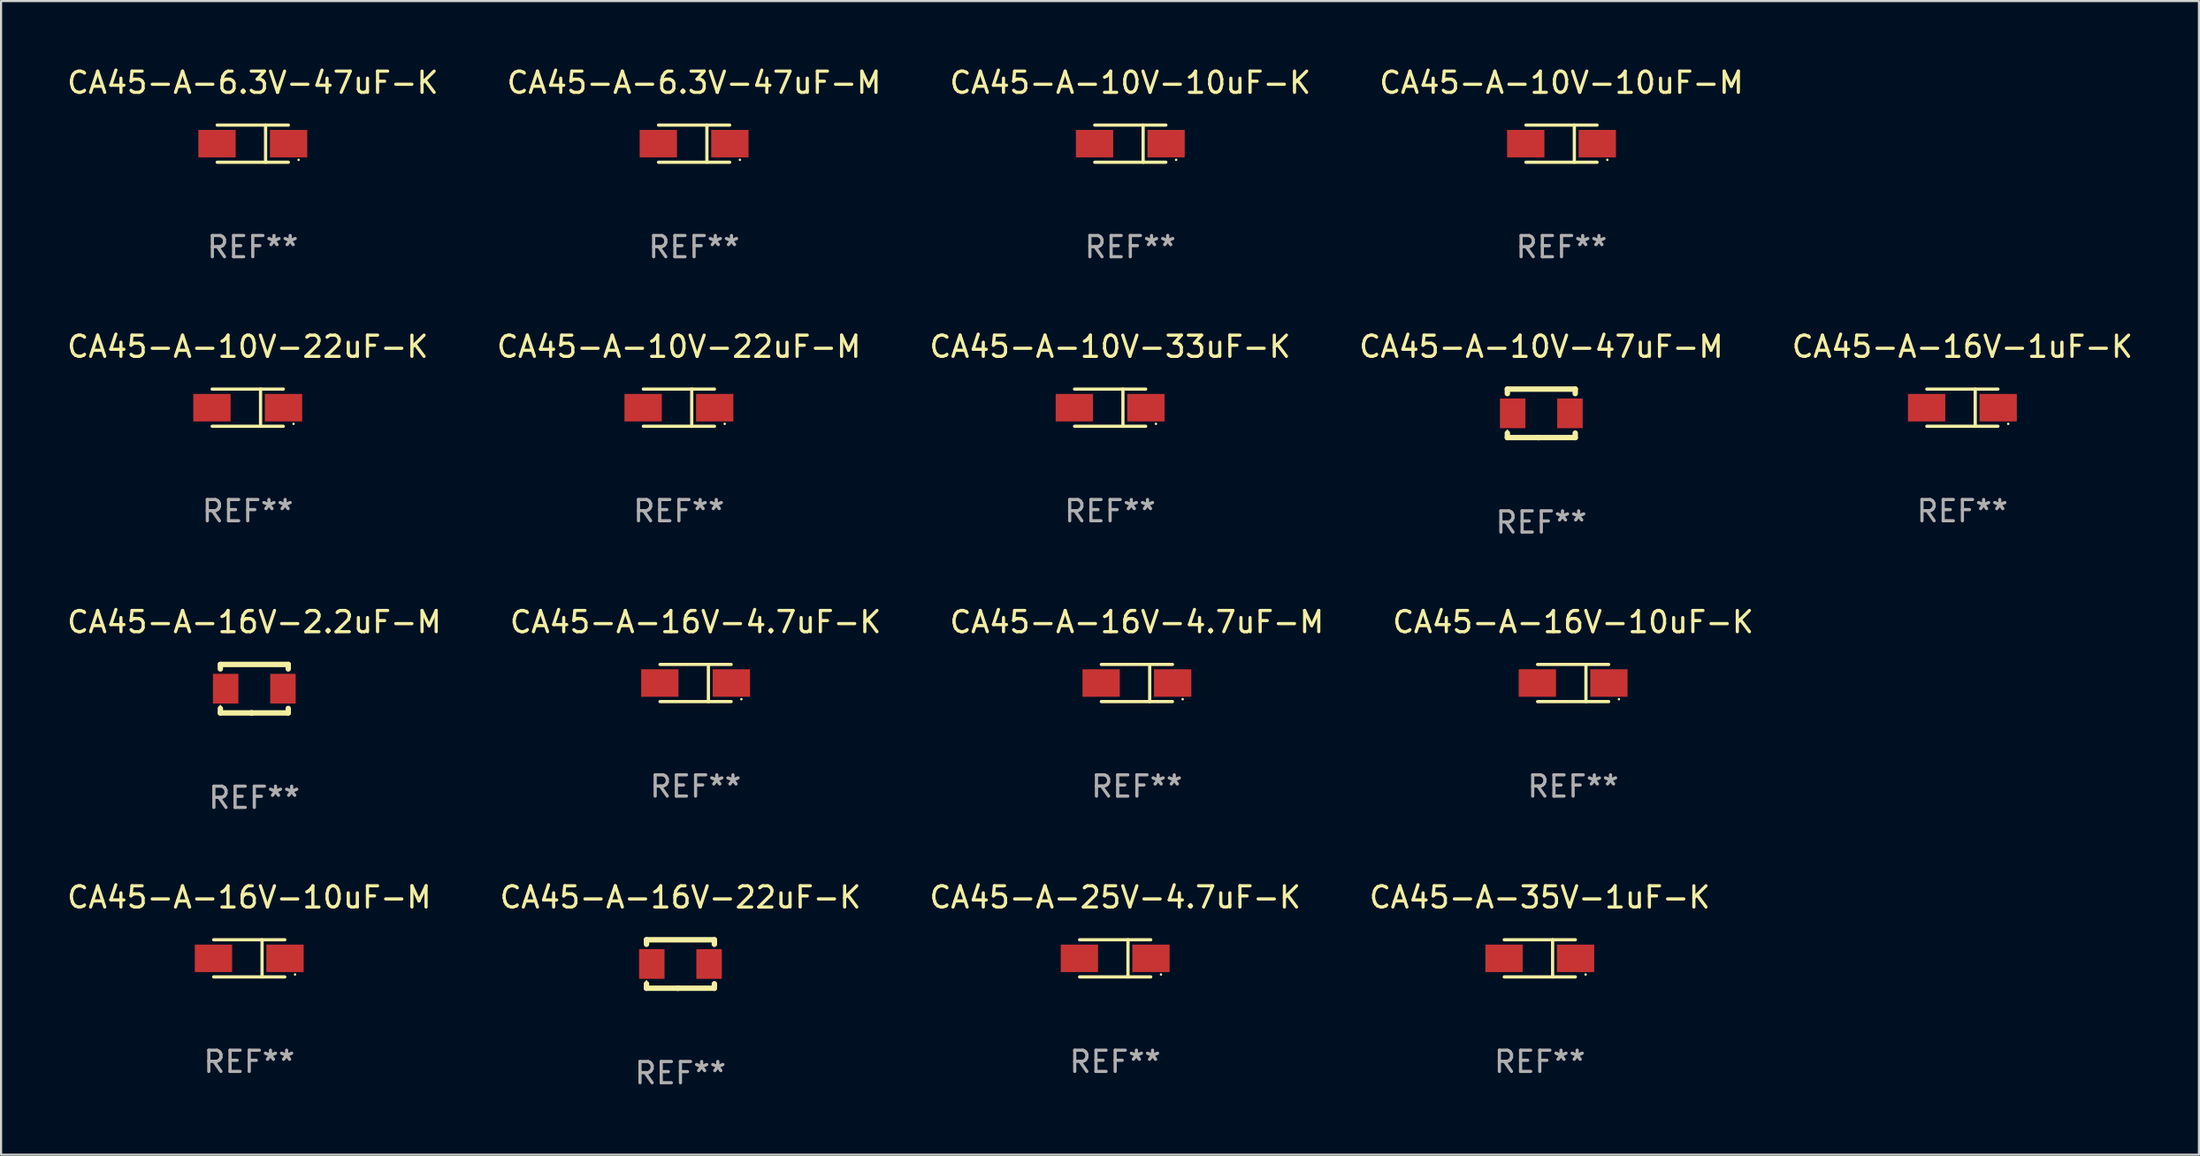
<source format=kicad_pcb>
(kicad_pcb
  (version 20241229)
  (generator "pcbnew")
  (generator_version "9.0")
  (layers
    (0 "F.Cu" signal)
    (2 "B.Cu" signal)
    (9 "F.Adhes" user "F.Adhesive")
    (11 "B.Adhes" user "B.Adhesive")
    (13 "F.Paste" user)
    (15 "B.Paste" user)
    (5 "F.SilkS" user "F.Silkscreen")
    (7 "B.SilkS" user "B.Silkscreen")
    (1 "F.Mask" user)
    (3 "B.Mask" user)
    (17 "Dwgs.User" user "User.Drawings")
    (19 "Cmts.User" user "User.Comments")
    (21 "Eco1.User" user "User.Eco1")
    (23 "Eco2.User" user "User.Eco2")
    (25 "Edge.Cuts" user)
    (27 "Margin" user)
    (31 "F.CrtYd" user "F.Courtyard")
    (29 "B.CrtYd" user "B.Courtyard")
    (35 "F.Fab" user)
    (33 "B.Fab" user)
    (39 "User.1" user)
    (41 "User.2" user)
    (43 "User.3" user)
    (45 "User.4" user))
  (footprint "CA45-A-10V-47uF-M"
    (layer "F.Cu")
    (at 69.589 16.44)
    (property "Reference" "CA45-A-10V-47uF-M" (at 0 -3.143 0) (layer "F.SilkS") (effects (font (size 1 1) (thickness 0.15))))
    (attr through_hole)
    (fp_line (start -1.6 1.143) (end -0.128 1.143) (stroke (width 0.254) (type solid)) (layer "F.SilkS"))
    (fp_line (start -1.6 -1.143) (end -1.6 -0.931) (stroke (width 0.254) (type solid)) (layer "F.SilkS"))
    (fp_line (start -1.6 -1.143) (end 1.6 -1.143) (stroke (width 0.254) (type solid)) (layer "F.SilkS"))
    (fp_line (start -1.6 0.931) (end -1.6 1.143) (stroke (width 0.254) (type solid)) (layer "F.SilkS"))
    (fp_line (start -0.128 1.143) (end -0.128 1.143) (stroke (width 0.254) (type solid)) (layer "F.SilkS"))
    (fp_line (start -0.128 1.143) (end 1.6 1.143) (stroke (width 0.254) (type solid)) (layer "F.SilkS"))
    (fp_line (start 1.6 -1.143) (end 1.6 -0.931) (stroke (width 0.254) (type solid)) (layer "F.SilkS"))
    (fp_line (start 1.6 0.931) (end 1.6 1.143) (stroke (width 0.254) (type solid)) (layer "F.SilkS"))
    (fp_circle (center -1.6 0.8) (end -1.58 0.8) (stroke (width 0.04) (type solid)) (fill no) (layer "F.SilkS"))
    (fp_text user "REF**" (at 0 5.143 0) (layer "F.Fab") (effects (font (size 1 1) (thickness 0.15))))
    (pad "1" smd rect (at -1.35 0) (size 1.2 1.4) (layers "F.Cu" "F.Mask" "F.Paste"))
    (pad "2" smd rect (at 1.35 0) (size 1.2 1.4) (layers "F.Cu" "F.Mask" "F.Paste")))
  (footprint "CA45-A-10V-22uF-M"
    (layer "F.Cu")
    (at 28.946 16.173)
    (property "Reference" "CA45-A-10V-22uF-M" (at 0 -2.876 0) (layer "F.SilkS") (effects (font (size 1 1) (thickness 0.15))))
    (attr through_hole)
    (fp_line (start -1.676 -0.876) (end 1.676 -0.876) (stroke (width 0.152) (type solid)) (layer "F.SilkS"))
    (fp_line (start -1.676 0.876) (end 1.676 0.876) (stroke (width 0.152) (type solid)) (layer "F.SilkS"))
    (fp_line (start 0.604 -0.876) (end 0.604 0.876) (stroke (width 0.152) (type solid)) (layer "F.SilkS"))
    (fp_circle (center 2.159 0.762) (end 2.189 0.762) (stroke (width 0.06) (type solid)) (fill no) (layer "F.SilkS"))
    (fp_text user "REF**" (at 0 4.876 0) (layer "F.Fab") (effects (font (size 1 1) (thickness 0.15))))
    (pad "1" smd rect (at 1.686 0) (size 1.758 1.296) (layers "F.Cu" "F.Mask" "F.Paste"))
    (pad "2" smd rect (at -1.686 0) (size 1.758 1.296) (layers "F.Cu" "F.Mask" "F.Paste")))
  (footprint "CA45-A-16V-4.7uF-K"
    (layer "F.Cu")
    (at 29.732 29.156)
    (property "Reference" "CA45-A-16V-4.7uF-K" (at 0 -2.876 0) (layer "F.SilkS") (effects (font (size 1 1) (thickness 0.15))))
    (attr through_hole)
    (fp_line (start -1.676 -0.876) (end 1.676 -0.876) (stroke (width 0.152) (type solid)) (layer "F.SilkS"))
    (fp_line (start -1.676 0.876) (end 1.676 0.876) (stroke (width 0.152) (type solid)) (layer "F.SilkS"))
    (fp_line (start 0.604 -0.876) (end 0.604 0.876) (stroke (width 0.152) (type solid)) (layer "F.SilkS"))
    (fp_circle (center 2.159 0.762) (end 2.189 0.762) (stroke (width 0.06) (type solid)) (fill no) (layer "F.SilkS"))
    (fp_text user "REF**" (at 0 4.876 0) (layer "F.Fab") (effects (font (size 1 1) (thickness 0.15))))
    (pad "1" smd rect (at 1.686 0) (size 1.758 1.296) (layers "F.Cu" "F.Mask" "F.Paste"))
    (pad "2" smd rect (at -1.686 0) (size 1.758 1.296) (layers "F.Cu" "F.Mask" "F.Paste")))
  (footprint "CA45-A-16V-10uF-K"
    (layer "F.Cu")
    (at 71.089 29.156)
    (property "Reference" "CA45-A-16V-10uF-K" (at 0 -2.876 0) (layer "F.SilkS") (effects (font (size 1 1) (thickness 0.15))))
    (attr through_hole)
    (fp_line (start -1.676 -0.876) (end 1.676 -0.876) (stroke (width 0.152) (type solid)) (layer "F.SilkS"))
    (fp_line (start -1.676 0.876) (end 1.676 0.876) (stroke (width 0.152) (type solid)) (layer "F.SilkS"))
    (fp_line (start 0.604 -0.876) (end 0.604 0.876) (stroke (width 0.152) (type solid)) (layer "F.SilkS"))
    (fp_circle (center 2.159 0.762) (end 2.189 0.762) (stroke (width 0.06) (type solid)) (fill no) (layer "F.SilkS"))
    (fp_text user "REF**" (at 0 4.876 0) (layer "F.Fab") (effects (font (size 1 1) (thickness 0.15))))
    (pad "1" smd rect (at 1.686 0) (size 1.758 1.296) (layers "F.Cu" "F.Mask" "F.Paste"))
    (pad "2" smd rect (at -1.686 0) (size 1.758 1.296) (layers "F.Cu" "F.Mask" "F.Paste")))
  (footprint "CA45-A-16V-10uF-M"
    (layer "F.Cu")
    (at 8.696 42.138)
    (property "Reference" "CA45-A-16V-10uF-M" (at 0 -2.876 0) (layer "F.SilkS") (effects (font (size 1 1) (thickness 0.15))))
    (attr through_hole)
    (fp_line (start -1.676 -0.876) (end 1.676 -0.876) (stroke (width 0.152) (type solid)) (layer "F.SilkS"))
    (fp_line (start -1.676 0.876) (end 1.676 0.876) (stroke (width 0.152) (type solid)) (layer "F.SilkS"))
    (fp_line (start 0.604 -0.876) (end 0.604 0.876) (stroke (width 0.152) (type solid)) (layer "F.SilkS"))
    (fp_circle (center 2.159 0.762) (end 2.189 0.762) (stroke (width 0.06) (type solid)) (fill no) (layer "F.SilkS"))
    (fp_text user "REF**" (at 0 4.876 0) (layer "F.Fab") (effects (font (size 1 1) (thickness 0.15))))
    (pad "1" smd rect (at 1.686 0) (size 1.758 1.296) (layers "F.Cu" "F.Mask" "F.Paste"))
    (pad "2" smd rect (at -1.686 0) (size 1.758 1.296) (layers "F.Cu" "F.Mask" "F.Paste")))
  (footprint "CA45-A-16V-22uF-K"
    (layer "F.Cu")
    (at 29.018 42.405)
    (property "Reference" "CA45-A-16V-22uF-K" (at 0 -3.143 0) (layer "F.SilkS") (effects (font (size 1 1) (thickness 0.15))))
    (attr through_hole)
    (fp_line (start -1.6 1.143) (end -0.128 1.143) (stroke (width 0.254) (type solid)) (layer "F.SilkS"))
    (fp_line (start -1.6 -1.143) (end -1.6 -0.931) (stroke (width 0.254) (type solid)) (layer "F.SilkS"))
    (fp_line (start -1.6 -1.143) (end 1.6 -1.143) (stroke (width 0.254) (type solid)) (layer "F.SilkS"))
    (fp_line (start -1.6 0.931) (end -1.6 1.143) (stroke (width 0.254) (type solid)) (layer "F.SilkS"))
    (fp_line (start -0.128 1.143) (end -0.128 1.143) (stroke (width 0.254) (type solid)) (layer "F.SilkS"))
    (fp_line (start -0.128 1.143) (end 1.6 1.143) (stroke (width 0.254) (type solid)) (layer "F.SilkS"))
    (fp_line (start 1.6 -1.143) (end 1.6 -0.931) (stroke (width 0.254) (type solid)) (layer "F.SilkS"))
    (fp_line (start 1.6 0.931) (end 1.6 1.143) (stroke (width 0.254) (type solid)) (layer "F.SilkS"))
    (fp_circle (center -1.6 0.8) (end -1.58 0.8) (stroke (width 0.04) (type solid)) (fill no) (layer "F.SilkS"))
    (fp_text user "REF**" (at 0 5.143 0) (layer "F.Fab") (effects (font (size 1 1) (thickness 0.15))))
    (pad "1" smd rect (at -1.35 0) (size 1.2 1.4) (layers "F.Cu" "F.Mask" "F.Paste"))
    (pad "2" smd rect (at 1.35 0) (size 1.2 1.4) (layers "F.Cu" "F.Mask" "F.Paste")))
  (footprint "CA45-A-16V-2.2uF-M"
    (layer "F.Cu")
    (at 8.935 29.423)
    (property "Reference" "CA45-A-16V-2.2uF-M" (at 0 -3.143 0) (layer "F.SilkS") (effects (font (size 1 1) (thickness 0.15))))
    (attr through_hole)
    (fp_line (start -1.6 1.143) (end -0.128 1.143) (stroke (width 0.254) (type solid)) (layer "F.SilkS"))
    (fp_line (start -1.6 -1.143) (end -1.6 -0.931) (stroke (width 0.254) (type solid)) (layer "F.SilkS"))
    (fp_line (start -1.6 -1.143) (end 1.6 -1.143) (stroke (width 0.254) (type solid)) (layer "F.SilkS"))
    (fp_line (start -1.6 0.931) (end -1.6 1.143) (stroke (width 0.254) (type solid)) (layer "F.SilkS"))
    (fp_line (start -0.128 1.143) (end -0.128 1.143) (stroke (width 0.254) (type solid)) (layer "F.SilkS"))
    (fp_line (start -0.128 1.143) (end 1.6 1.143) (stroke (width 0.254) (type solid)) (layer "F.SilkS"))
    (fp_line (start 1.6 -1.143) (end 1.6 -0.931) (stroke (width 0.254) (type solid)) (layer "F.SilkS"))
    (fp_line (start 1.6 0.931) (end 1.6 1.143) (stroke (width 0.254) (type solid)) (layer "F.SilkS"))
    (fp_circle (center -1.6 0.8) (end -1.58 0.8) (stroke (width 0.04) (type solid)) (fill no) (layer "F.SilkS"))
    (fp_text user "REF**" (at 0 5.143 0) (layer "F.Fab") (effects (font (size 1 1) (thickness 0.15))))
    (pad "1" smd rect (at -1.35 0) (size 1.2 1.4) (layers "F.Cu" "F.Mask" "F.Paste"))
    (pad "2" smd rect (at 1.35 0) (size 1.2 1.4) (layers "F.Cu" "F.Mask" "F.Paste")))
  (footprint "CA45-A-25V-4.7uF-K"
    (layer "F.Cu")
    (at 49.506 42.138)
    (property "Reference" "CA45-A-25V-4.7uF-K" (at 0 -2.876 0) (layer "F.SilkS") (effects (font (size 1 1) (thickness 0.15))))
    (attr through_hole)
    (fp_line (start -1.676 -0.876) (end 1.676 -0.876) (stroke (width 0.152) (type solid)) (layer "F.SilkS"))
    (fp_line (start -1.676 0.876) (end 1.676 0.876) (stroke (width 0.152) (type solid)) (layer "F.SilkS"))
    (fp_line (start 0.604 -0.876) (end 0.604 0.876) (stroke (width 0.152) (type solid)) (layer "F.SilkS"))
    (fp_circle (center 2.159 0.762) (end 2.189 0.762) (stroke (width 0.06) (type solid)) (fill no) (layer "F.SilkS"))
    (fp_text user "REF**" (at 0 4.876 0) (layer "F.Fab") (effects (font (size 1 1) (thickness 0.15))))
    (pad "1" smd rect (at 1.686 0) (size 1.758 1.296) (layers "F.Cu" "F.Mask" "F.Paste"))
    (pad "2" smd rect (at -1.686 0) (size 1.758 1.296) (layers "F.Cu" "F.Mask" "F.Paste")))
  (footprint "CA45-A-6.3V-47uF-M"
    (layer "F.Cu")
    (at 29.661 3.724)
    (property "Reference" "CA45-A-6.3V-47uF-M" (at 0 -2.876 0) (layer "F.SilkS") (effects (font (size 1 1) (thickness 0.15))))
    (attr through_hole)
    (fp_line (start -1.676 -0.876) (end 1.676 -0.876) (stroke (width 0.152) (type solid)) (layer "F.SilkS"))
    (fp_line (start -1.676 0.876) (end 1.676 0.876) (stroke (width 0.152) (type solid)) (layer "F.SilkS"))
    (fp_line (start 0.604 -0.876) (end 0.604 0.876) (stroke (width 0.152) (type solid)) (layer "F.SilkS"))
    (fp_circle (center 2.159 0.762) (end 2.189 0.762) (stroke (width 0.06) (type solid)) (fill no) (layer "F.SilkS"))
    (fp_text user "REF**" (at 0 4.876 0) (layer "F.Fab") (effects (font (size 1 1) (thickness 0.15))))
    (pad "1" smd rect (at 1.686 0) (size 1.758 1.296) (layers "F.Cu" "F.Mask" "F.Paste"))
    (pad "2" smd rect (at -1.686 0) (size 1.758 1.296) (layers "F.Cu" "F.Mask" "F.Paste")))
  (footprint "CA45-A-35V-1uF-K"
    (layer "F.Cu")
    (at 69.518 42.138)
    (property "Reference" "CA45-A-35V-1uF-K" (at 0 -2.876 0) (layer "F.SilkS") (effects (font (size 1 1) (thickness 0.15))))
    (attr through_hole)
    (fp_line (start -1.676 -0.876) (end 1.676 -0.876) (stroke (width 0.152) (type solid)) (layer "F.SilkS"))
    (fp_line (start -1.676 0.876) (end 1.676 0.876) (stroke (width 0.152) (type solid)) (layer "F.SilkS"))
    (fp_line (start 0.604 -0.876) (end 0.604 0.876) (stroke (width 0.152) (type solid)) (layer "F.SilkS"))
    (fp_circle (center 2.159 0.762) (end 2.189 0.762) (stroke (width 0.06) (type solid)) (fill no) (layer "F.SilkS"))
    (fp_text user "REF**" (at 0 4.876 0) (layer "F.Fab") (effects (font (size 1 1) (thickness 0.15))))
    (pad "1" smd rect (at 1.686 0) (size 1.758 1.296) (layers "F.Cu" "F.Mask" "F.Paste"))
    (pad "2" smd rect (at -1.686 0) (size 1.758 1.296) (layers "F.Cu" "F.Mask" "F.Paste")))
  (footprint "CA45-A-10V-22uF-K"
    (layer "F.Cu")
    (at 8.625 16.173)
    (property "Reference" "CA45-A-10V-22uF-K" (at 0 -2.876 0) (layer "F.SilkS") (effects (font (size 1 1) (thickness 0.15))))
    (attr through_hole)
    (fp_line (start -1.676 -0.876) (end 1.676 -0.876) (stroke (width 0.152) (type solid)) (layer "F.SilkS"))
    (fp_line (start -1.676 0.876) (end 1.676 0.876) (stroke (width 0.152) (type solid)) (layer "F.SilkS"))
    (fp_line (start 0.604 -0.876) (end 0.604 0.876) (stroke (width 0.152) (type solid)) (layer "F.SilkS"))
    (fp_circle (center 2.159 0.762) (end 2.189 0.762) (stroke (width 0.06) (type solid)) (fill no) (layer "F.SilkS"))
    (fp_text user "REF**" (at 0 4.876 0) (layer "F.Fab") (effects (font (size 1 1) (thickness 0.15))))
    (pad "1" smd rect (at 1.686 0) (size 1.758 1.296) (layers "F.Cu" "F.Mask" "F.Paste"))
    (pad "2" smd rect (at -1.686 0) (size 1.758 1.296) (layers "F.Cu" "F.Mask" "F.Paste")))
  (footprint "CA45-A-16V-1uF-K"
    (layer "F.Cu")
    (at 89.435 16.173)
    (property "Reference" "CA45-A-16V-1uF-K" (at 0 -2.876 0) (layer "F.SilkS") (effects (font (size 1 1) (thickness 0.15))))
    (attr through_hole)
    (fp_line (start -1.676 -0.876) (end 1.676 -0.876) (stroke (width 0.152) (type solid)) (layer "F.SilkS"))
    (fp_line (start -1.676 0.876) (end 1.676 0.876) (stroke (width 0.152) (type solid)) (layer "F.SilkS"))
    (fp_line (start 0.604 -0.876) (end 0.604 0.876) (stroke (width 0.152) (type solid)) (layer "F.SilkS"))
    (fp_circle (center 2.159 0.762) (end 2.189 0.762) (stroke (width 0.06) (type solid)) (fill no) (layer "F.SilkS"))
    (fp_text user "REF**" (at 0 4.876 0) (layer "F.Fab") (effects (font (size 1 1) (thickness 0.15))))
    (pad "1" smd rect (at 1.686 0) (size 1.758 1.296) (layers "F.Cu" "F.Mask" "F.Paste"))
    (pad "2" smd rect (at -1.686 0) (size 1.758 1.296) (layers "F.Cu" "F.Mask" "F.Paste")))
  (footprint "CA45-A-16V-4.7uF-M"
    (layer "F.Cu")
    (at 50.53 29.156)
    (property "Reference" "CA45-A-16V-4.7uF-M" (at 0 -2.876 0) (layer "F.SilkS") (effects (font (size 1 1) (thickness 0.15))))
    (attr through_hole)
    (fp_line (start -1.676 -0.876) (end 1.676 -0.876) (stroke (width 0.152) (type solid)) (layer "F.SilkS"))
    (fp_line (start -1.676 0.876) (end 1.676 0.876) (stroke (width 0.152) (type solid)) (layer "F.SilkS"))
    (fp_line (start 0.604 -0.876) (end 0.604 0.876) (stroke (width 0.152) (type solid)) (layer "F.SilkS"))
    (fp_circle (center 2.159 0.762) (end 2.189 0.762) (stroke (width 0.06) (type solid)) (fill no) (layer "F.SilkS"))
    (fp_text user "REF**" (at 0 4.876 0) (layer "F.Fab") (effects (font (size 1 1) (thickness 0.15))))
    (pad "1" smd rect (at 1.686 0) (size 1.758 1.296) (layers "F.Cu" "F.Mask" "F.Paste"))
    (pad "2" smd rect (at -1.686 0) (size 1.758 1.296) (layers "F.Cu" "F.Mask" "F.Paste")))
  (footprint "CA45-A-6.3V-47uF-K"
    (layer "F.Cu")
    (at 8.863 3.724)
    (property "Reference" "CA45-A-6.3V-47uF-K" (at 0 -2.876 0) (layer "F.SilkS") (effects (font (size 1 1) (thickness 0.15))))
    (attr through_hole)
    (fp_line (start -1.676 -0.876) (end 1.676 -0.876) (stroke (width 0.152) (type solid)) (layer "F.SilkS"))
    (fp_line (start -1.676 0.876) (end 1.676 0.876) (stroke (width 0.152) (type solid)) (layer "F.SilkS"))
    (fp_line (start 0.604 -0.876) (end 0.604 0.876) (stroke (width 0.152) (type solid)) (layer "F.SilkS"))
    (fp_circle (center 2.159 0.762) (end 2.189 0.762) (stroke (width 0.06) (type solid)) (fill no) (layer "F.SilkS"))
    (fp_text user "REF**" (at 0 4.876 0) (layer "F.Fab") (effects (font (size 1 1) (thickness 0.15))))
    (pad "1" smd rect (at 1.686 0) (size 1.758 1.296) (layers "F.Cu" "F.Mask" "F.Paste"))
    (pad "2" smd rect (at -1.686 0) (size 1.758 1.296) (layers "F.Cu" "F.Mask" "F.Paste")))
  (footprint "CA45-A-10V-10uF-K"
    (layer "F.Cu")
    (at 50.22 3.724)
    (property "Reference" "CA45-A-10V-10uF-K" (at 0 -2.876 0) (layer "F.SilkS") (effects (font (size 1 1) (thickness 0.15))))
    (attr through_hole)
    (fp_line (start -1.676 -0.876) (end 1.676 -0.876) (stroke (width 0.152) (type solid)) (layer "F.SilkS"))
    (fp_line (start -1.676 0.876) (end 1.676 0.876) (stroke (width 0.152) (type solid)) (layer "F.SilkS"))
    (fp_line (start 0.604 -0.876) (end 0.604 0.876) (stroke (width 0.152) (type solid)) (layer "F.SilkS"))
    (fp_circle (center 2.159 0.762) (end 2.189 0.762) (stroke (width 0.06) (type solid)) (fill no) (layer "F.SilkS"))
    (fp_text user "REF**" (at 0 4.876 0) (layer "F.Fab") (effects (font (size 1 1) (thickness 0.15))))
    (pad "1" smd rect (at 1.686 0) (size 1.758 1.296) (layers "F.Cu" "F.Mask" "F.Paste"))
    (pad "2" smd rect (at -1.686 0) (size 1.758 1.296) (layers "F.Cu" "F.Mask" "F.Paste")))
  (footprint "CA45-A-10V-33uF-K"
    (layer "F.Cu")
    (at 49.268 16.173)
    (property "Reference" "CA45-A-10V-33uF-K" (at 0 -2.876 0) (layer "F.SilkS") (effects (font (size 1 1) (thickness 0.15))))
    (attr through_hole)
    (fp_line (start -1.676 -0.876) (end 1.676 -0.876) (stroke (width 0.152) (type solid)) (layer "F.SilkS"))
    (fp_line (start -1.676 0.876) (end 1.676 0.876) (stroke (width 0.152) (type solid)) (layer "F.SilkS"))
    (fp_line (start 0.604 -0.876) (end 0.604 0.876) (stroke (width 0.152) (type solid)) (layer "F.SilkS"))
    (fp_circle (center 2.159 0.762) (end 2.189 0.762) (stroke (width 0.06) (type solid)) (fill no) (layer "F.SilkS"))
    (fp_text user "REF**" (at 0 4.876 0) (layer "F.Fab") (effects (font (size 1 1) (thickness 0.15))))
    (pad "1" smd rect (at 1.686 0) (size 1.758 1.296) (layers "F.Cu" "F.Mask" "F.Paste"))
    (pad "2" smd rect (at -1.686 0) (size 1.758 1.296) (layers "F.Cu" "F.Mask" "F.Paste")))
  (footprint "CA45-A-10V-10uF-M"
    (layer "F.Cu")
    (at 70.542 3.724)
    (property "Reference" "CA45-A-10V-10uF-M" (at 0 -2.876 0) (layer "F.SilkS") (effects (font (size 1 1) (thickness 0.15))))
    (attr through_hole)
    (fp_line (start -1.676 -0.876) (end 1.676 -0.876) (stroke (width 0.152) (type solid)) (layer "F.SilkS"))
    (fp_line (start -1.676 0.876) (end 1.676 0.876) (stroke (width 0.152) (type solid)) (layer "F.SilkS"))
    (fp_line (start 0.604 -0.876) (end 0.604 0.876) (stroke (width 0.152) (type solid)) (layer "F.SilkS"))
    (fp_circle (center 2.159 0.762) (end 2.189 0.762) (stroke (width 0.06) (type solid)) (fill no) (layer "F.SilkS"))
    (fp_text user "REF**" (at 0 4.876 0) (layer "F.Fab") (effects (font (size 1 1) (thickness 0.15))))
    (pad "1" smd rect (at 1.686 0) (size 1.758 1.296) (layers "F.Cu" "F.Mask" "F.Paste"))
    (pad "2" smd rect (at -1.686 0) (size 1.758 1.296) (layers "F.Cu" "F.Mask" "F.Paste")))
  (gr_rect
    (start -3 -3)
    (end 100.583 51.396)
    (stroke (width 0.1) (type default))
    (fill no)
    (layer "Edge.Cuts")))
</source>
